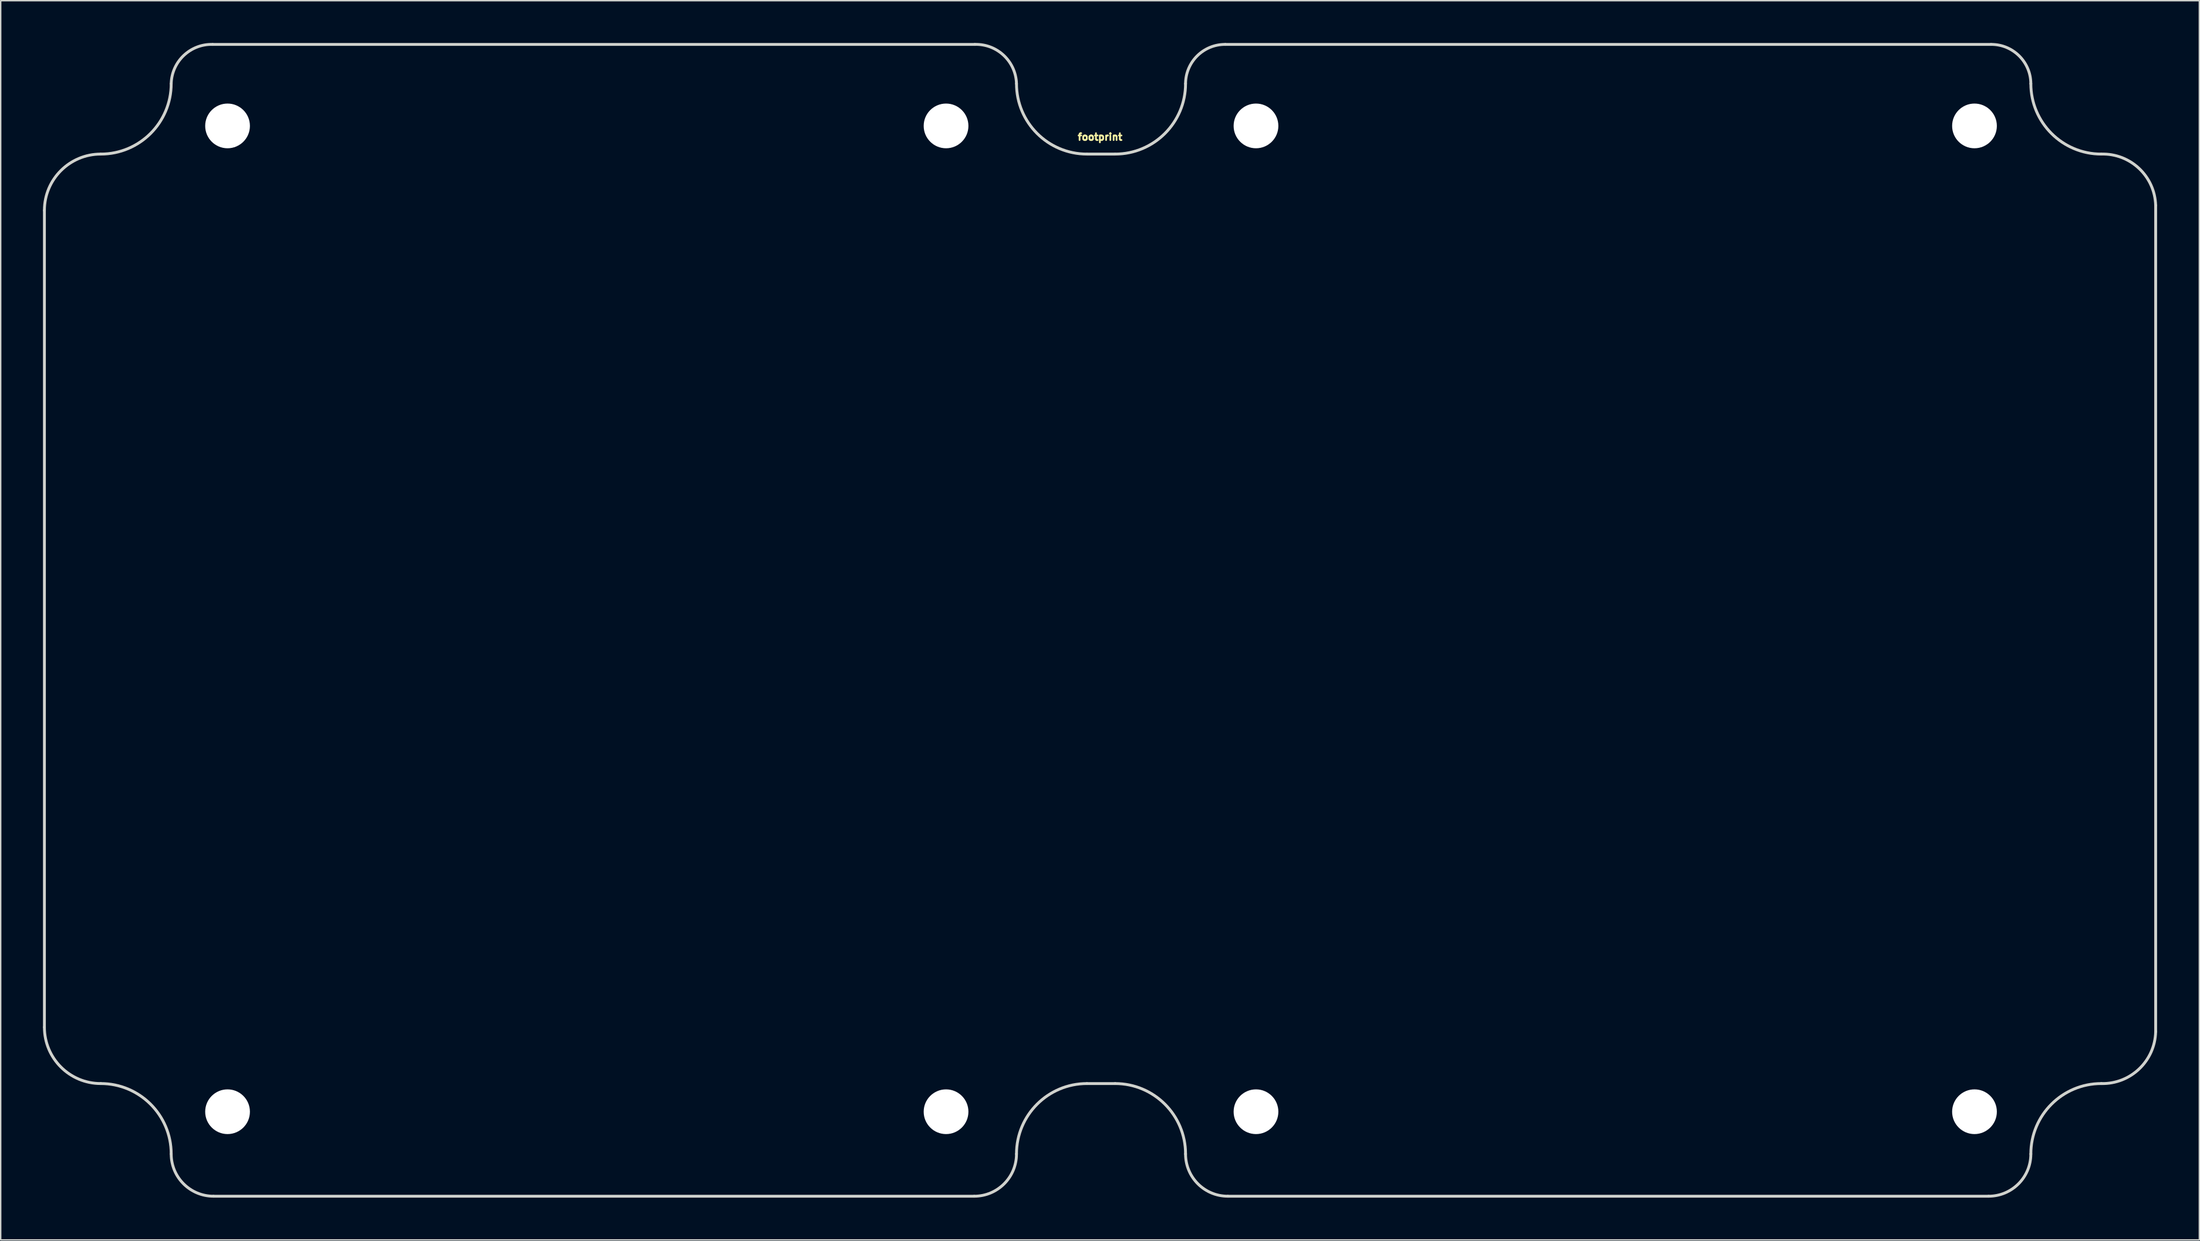
<source format=kicad_pcb>
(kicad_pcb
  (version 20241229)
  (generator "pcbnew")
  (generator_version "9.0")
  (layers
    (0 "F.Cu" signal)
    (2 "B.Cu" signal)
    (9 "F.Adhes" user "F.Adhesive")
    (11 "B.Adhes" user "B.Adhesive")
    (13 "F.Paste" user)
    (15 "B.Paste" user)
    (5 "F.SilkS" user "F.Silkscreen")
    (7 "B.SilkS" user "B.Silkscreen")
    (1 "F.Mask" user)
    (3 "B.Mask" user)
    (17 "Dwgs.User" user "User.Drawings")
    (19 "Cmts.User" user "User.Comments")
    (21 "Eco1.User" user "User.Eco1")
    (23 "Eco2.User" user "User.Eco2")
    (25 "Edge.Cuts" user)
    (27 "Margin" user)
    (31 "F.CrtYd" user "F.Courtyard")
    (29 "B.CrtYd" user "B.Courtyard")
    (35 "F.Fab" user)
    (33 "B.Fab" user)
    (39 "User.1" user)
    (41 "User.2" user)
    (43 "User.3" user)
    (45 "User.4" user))
  (footprint "footprint"
    (layer "F.Cu")
    (at 75.032 39.981)
    (property "Reference" "footprint" (at 0 -33.02 0) (layer "F.SilkS") (effects (font (size 0.488 0.488) (thickness 0.122)) (justify bottom)))
    (fp_line (start -74.93 -28.09) (end -74.93 29.91) (stroke (width 0.203) (type solid)) (layer "Edge.Cuts"))
    (fp_line (start -62.93 41.91) (end -8.93 41.91) (stroke (width 0.203) (type solid)) (layer "Edge.Cuts"))
    (fp_line (start -8.89 -39.878) (end -62.992 -39.878) (stroke (width 0.203) (type solid)) (layer "Edge.Cuts"))
    (fp_line (start -0.93 -32.09) (end 1.07 -32.09) (stroke (width 0.203) (type solid)) (layer "Edge.Cuts"))
    (fp_line (start -0.93 33.91) (end 1.07 33.91) (stroke (width 0.203) (type solid)) (layer "Edge.Cuts"))
    (fp_line (start 9.07 41.91) (end 63.07 41.91) (stroke (width 0.203) (type solid)) (layer "Edge.Cuts"))
    (fp_line (start 63.246 -39.878) (end 8.89 -39.878) (stroke (width 0.203) (type solid)) (layer "Edge.Cuts"))
    (fp_line (start 74.93 30.226) (end 74.93 -28.448) (stroke (width 0.203) (type solid)) (layer "Edge.Cuts"))
    (fp_arc (start -74.93 -28.09) (mid -73.758427 -30.918427) (end -70.93 -32.09) (stroke (width 0.2032) (type solid)) (layer "Edge.Cuts"))
    (fp_arc (start -70.93 33.91) (mid -73.758427 32.738427) (end -74.93 29.91) (stroke (width 0.2032) (type solid)) (layer "Edge.Cuts"))
    (fp_arc (start -70.93 33.91) (mid -67.394466 35.374466) (end -65.93 38.91) (stroke (width 0.2032) (type solid)) (layer "Edge.Cuts"))
    (fp_arc (start -65.93 -37.09) (mid -67.394466 -33.554466) (end -70.93 -32.09) (stroke (width 0.2032) (type solid)) (layer "Edge.Cuts"))
    (fp_arc (start -65.93 -37.09) (mid -65.038414 -39.09248) (end -62.992 -39.878) (stroke (width 0.2032) (type solid)) (layer "Edge.Cuts"))
    (fp_arc (start -62.93 41.91) (mid -65.05132 41.03132) (end -65.93 38.91) (stroke (width 0.2032) (type solid)) (layer "Edge.Cuts"))
    (fp_arc (start -8.89 -39.878) (mid -6.832586 -39.097036) (end -5.93 -37.09) (stroke (width 0.2032) (type solid)) (layer "Edge.Cuts"))
    (fp_arc (start -5.93 38.91) (mid -6.80868 41.03132) (end -8.93 41.91) (stroke (width 0.2032) (type solid)) (layer "Edge.Cuts"))
    (fp_arc (start -5.93 38.91) (mid -4.465534 35.374465) (end -0.929999 33.909999) (stroke (width 0.2032) (type solid)) (layer "Edge.Cuts"))
    (fp_arc (start -0.929999 -32.089999) (mid -4.465534 -33.554465) (end -5.93 -37.09) (stroke (width 0.2032) (type solid)) (layer "Edge.Cuts"))
    (fp_arc (start 1.07 33.91) (mid 4.605534 35.374467) (end 6.069999 38.910001) (stroke (width 0.2032) (type solid)) (layer "Edge.Cuts"))
    (fp_arc (start 6.069999 -37.090001) (mid 4.605534 -33.554467) (end 1.07 -32.09) (stroke (width 0.2032) (type solid)) (layer "Edge.Cuts"))
    (fp_arc (start 6.07 -37.09) (mid 6.902586 -39.068041) (end 8.89 -39.878) (stroke (width 0.2032) (type solid)) (layer "Edge.Cuts"))
    (fp_arc (start 9.07 41.91) (mid 6.94868 41.03132) (end 6.07 38.91) (stroke (width 0.2032) (type solid)) (layer "Edge.Cuts"))
    (fp_arc (start 63.246 -39.878) (mid 65.235414 -39.06887) (end 66.07 -37.09) (stroke (width 0.2032) (type solid)) (layer "Edge.Cuts"))
    (fp_arc (start 66.07 38.91) (mid 65.19132 41.03132) (end 63.07 41.91) (stroke (width 0.2032) (type solid)) (layer "Edge.Cuts"))
    (fp_arc (start 66.07 38.91) (mid 67.534466 35.374466) (end 71.07 33.91) (stroke (width 0.2032) (type solid)) (layer "Edge.Cuts"))
    (fp_arc (start 71.07 -32.09) (mid 67.534466 -33.554466) (end 66.07 -37.09) (stroke (width 0.2032) (type solid)) (layer "Edge.Cuts"))
    (fp_arc (start 71.07 -32.09) (mid 73.754283 -31.068432) (end 74.93 -28.448) (stroke (width 0.2032) (type solid)) (layer "Edge.Cuts"))
    (fp_arc (start 74.93 30.226) (mid 73.762981 32.867432) (end 71.07 33.91) (stroke (width 0.2032) (type solid)) (layer "Edge.Cuts"))
    (pad "" np_thru_hole circle (at -61.93 -34.09) (size 3.175 3.175) (drill 3.175) (layers "*.Cu" "*.Mask"))
    (pad "" np_thru_hole circle (at -61.93 35.91) (size 3.175 3.175) (drill 3.175) (layers "*.Cu" "*.Mask"))
    (pad "" np_thru_hole circle (at -10.93 -34.09) (size 3.175 3.175) (drill 3.175) (layers "*.Cu" "*.Mask"))
    (pad "" np_thru_hole circle (at -10.93 35.91) (size 3.175 3.175) (drill 3.175) (layers "*.Cu" "*.Mask"))
    (pad "" np_thru_hole circle (at 11.07 -34.09) (size 3.175 3.175) (drill 3.175) (layers "*.Cu" "*.Mask"))
    (pad "" np_thru_hole circle (at 11.07 35.91) (size 3.175 3.175) (drill 3.175) (layers "*.Cu" "*.Mask"))
    (pad "" np_thru_hole circle (at 62.07 -34.09) (size 3.175 3.175) (drill 3.175) (layers "*.Cu" "*.Mask"))
    (pad "" np_thru_hole circle (at 62.07 35.91) (size 3.175 3.175) (drill 3.175) (layers "*.Cu" "*.Mask")))
  (gr_rect
    (start -3 -3)
    (end 153.063 84.992)
    (stroke (width 0.1) (type default))
    (fill no)
    (layer "Edge.Cuts")))
</source>
